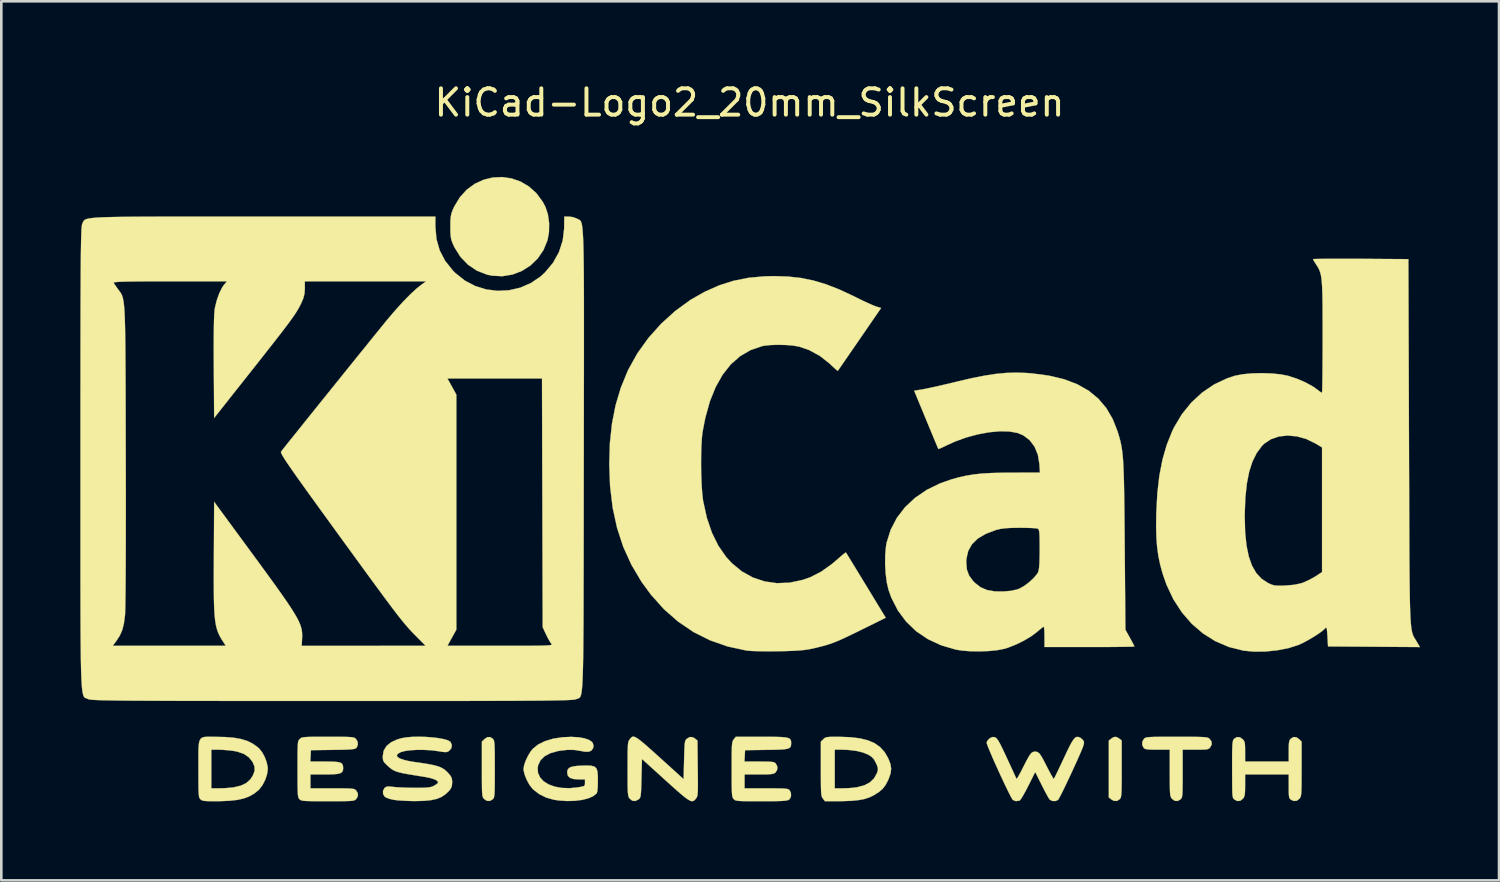
<source format=kicad_pcb>
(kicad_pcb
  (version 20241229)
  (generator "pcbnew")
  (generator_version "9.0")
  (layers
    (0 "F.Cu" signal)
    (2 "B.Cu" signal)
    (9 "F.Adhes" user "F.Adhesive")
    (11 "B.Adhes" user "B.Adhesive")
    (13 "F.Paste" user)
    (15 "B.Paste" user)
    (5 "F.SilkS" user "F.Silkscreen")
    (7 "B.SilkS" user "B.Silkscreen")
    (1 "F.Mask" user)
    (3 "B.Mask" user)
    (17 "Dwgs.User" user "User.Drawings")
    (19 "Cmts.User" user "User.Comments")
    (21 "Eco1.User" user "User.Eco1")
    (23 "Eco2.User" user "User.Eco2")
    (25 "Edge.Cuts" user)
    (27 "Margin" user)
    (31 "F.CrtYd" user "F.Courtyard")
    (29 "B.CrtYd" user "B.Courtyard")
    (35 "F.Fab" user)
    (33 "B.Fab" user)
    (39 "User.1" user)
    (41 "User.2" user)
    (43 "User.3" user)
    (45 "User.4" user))
  (footprint "KiCad-Logo2_20mm_SilkScreen"
    (layer "F.Cu")
    (at 25.405 13.548)
    (property "Reference" "KiCad-Logo2_20mm_SilkScreen" (at 0 -12.7 0) (layer "F.SilkS") (effects (font (size 1 1) (thickness 0.15))))
    (attr exclude_from_pos_files exclude_from_bom allow_missing_courtyard)
    (fp_poly (pts (xy 13.962 11.396) (xy 14.041 11.445) (xy 14.13 11.517) (xy 14.13 12.589) (xy 14.13 12.903) (xy 14.128 13.15) (xy 14.126 13.339) (xy 14.121 13.479) (xy 14.114 13.579) (xy 14.103 13.648) (xy 14.089 13.693) (xy 14.071 13.725) (xy 14.058 13.74) (xy 13.953 13.809) (xy 13.834 13.806) (xy 13.73 13.748) (xy 13.641 13.676) (xy 13.641 11.517) (xy 13.73 11.445) (xy 13.815 11.393) (xy 13.885 11.374) (xy 13.962 11.396)) (stroke (width 0.01) (type solid)) (fill yes) (layer "F.SilkS"))
    (fp_poly (pts (xy -9.746 11.449) (xy -9.724 11.474) (xy -9.707 11.507) (xy -9.694 11.555) (xy -9.684 11.629) (xy -9.678 11.735) (xy -9.674 11.885) (xy -9.672 12.085) (xy -9.671 12.344) (xy -9.671 12.597) (xy -9.671 12.909) (xy -9.672 13.156) (xy -9.675 13.344) (xy -9.679 13.483) (xy -9.686 13.583) (xy -9.696 13.65) (xy -9.71 13.694) (xy -9.728 13.725) (xy -9.746 13.744) (xy -9.856 13.81) (xy -9.973 13.804) (xy -10.078 13.732) (xy -10.102 13.704) (xy -10.121 13.672) (xy -10.135 13.626) (xy -10.146 13.558) (xy -10.153 13.458) (xy -10.157 13.318) (xy -10.159 13.129) (xy -10.16 12.882) (xy -10.16 12.602) (xy -10.16 11.558) (xy -10.068 11.466) (xy -9.954 11.388) (xy -9.843 11.385) (xy -9.746 11.449)) (stroke (width 0.01) (type solid)) (fill yes) (layer "F.SilkS"))
    (fp_poly (pts (xy -9.038 -9.825) (xy -8.696 -9.707) (xy -8.378 -9.52) (xy -8.094 -9.266) (xy -7.854 -8.943) (xy -7.746 -8.74) (xy -7.653 -8.455) (xy -7.608 -8.127) (xy -7.613 -7.79) (xy -7.668 -7.484) (xy -7.82 -7.11) (xy -8.04 -6.786) (xy -8.318 -6.518) (xy -8.641 -6.312) (xy -8.999 -6.175) (xy -9.381 -6.112) (xy -9.775 -6.132) (xy -9.969 -6.173) (xy -10.347 -6.32) (xy -10.683 -6.545) (xy -10.969 -6.84) (xy -11.196 -7.198) (xy -11.216 -7.238) (xy -11.282 -7.385) (xy -11.324 -7.508) (xy -11.346 -7.639) (xy -11.356 -7.807) (xy -11.357 -7.989) (xy -11.355 -8.208) (xy -11.343 -8.366) (xy -11.317 -8.494) (xy -11.271 -8.622) (xy -11.213 -8.748) (xy -10.999 -9.106) (xy -10.735 -9.397) (xy -10.432 -9.619) (xy -10.101 -9.772) (xy -9.751 -9.858) (xy -9.393 -9.876) (xy -9.038 -9.825)) (stroke (width 0.01) (type solid)) (fill yes) (layer "F.SilkS"))
    (fp_poly (pts (xy 16.544 11.374) (xy 16.806 11.375) (xy 17.01 11.378) (xy 17.163 11.382) (xy 17.274 11.389) (xy 17.351 11.398) (xy 17.402 11.411) (xy 17.436 11.427) (xy 17.453 11.439) (xy 17.538 11.548) (xy 17.549 11.66) (xy 17.496 11.763) (xy 17.461 11.804) (xy 17.424 11.832) (xy 17.37 11.849) (xy 17.285 11.858) (xy 17.156 11.862) (xy 16.968 11.863) (xy 16.931 11.863) (xy 16.444 11.863) (xy 16.444 12.766) (xy 16.444 13.051) (xy 16.442 13.27) (xy 16.439 13.433) (xy 16.433 13.549) (xy 16.424 13.629) (xy 16.41 13.682) (xy 16.392 13.717) (xy 16.369 13.744) (xy 16.259 13.81) (xy 16.145 13.805) (xy 16.041 13.73) (xy 16.033 13.72) (xy 16.008 13.685) (xy 15.989 13.644) (xy 15.975 13.586) (xy 15.966 13.503) (xy 15.96 13.383) (xy 15.957 13.217) (xy 15.955 12.995) (xy 15.955 12.742) (xy 15.955 11.863) (xy 15.49 11.863) (xy 15.291 11.861) (xy 15.153 11.856) (xy 15.062 11.845) (xy 15.005 11.827) (xy 14.968 11.799) (xy 14.964 11.794) (xy 14.909 11.683) (xy 14.914 11.558) (xy 14.977 11.449) (xy 15.001 11.428) (xy 15.032 11.411) (xy 15.079 11.398) (xy 15.149 11.388) (xy 15.251 11.382) (xy 15.394 11.377) (xy 15.585 11.375) (xy 15.834 11.374) (xy 16.147 11.374) (xy 16.214 11.374) (xy 16.544 11.374)) (stroke (width 0.01) (type solid)) (fill yes) (layer "F.SilkS"))
    (fp_poly (pts (xy 20.763 11.392) (xy 20.867 11.466) (xy 20.96 11.558) (xy 20.96 12.59) (xy 20.959 12.896) (xy 20.958 13.136) (xy 20.956 13.319) (xy 20.951 13.455) (xy 20.943 13.551) (xy 20.932 13.618) (xy 20.917 13.664) (xy 20.897 13.699) (xy 20.882 13.72) (xy 20.779 13.802) (xy 20.662 13.811) (xy 20.554 13.761) (xy 20.519 13.731) (xy 20.495 13.692) (xy 20.481 13.628) (xy 20.473 13.527) (xy 20.471 13.372) (xy 20.471 13.253) (xy 20.471 12.803) (xy 18.815 12.803) (xy 18.815 13.212) (xy 18.813 13.399) (xy 18.806 13.528) (xy 18.792 13.615) (xy 18.767 13.676) (xy 18.737 13.72) (xy 18.634 13.802) (xy 18.517 13.812) (xy 18.406 13.754) (xy 18.375 13.723) (xy 18.354 13.683) (xy 18.34 13.62) (xy 18.331 13.522) (xy 18.327 13.376) (xy 18.325 13.171) (xy 18.325 13.123) (xy 18.323 12.735) (xy 18.322 12.416) (xy 18.322 12.157) (xy 18.324 11.953) (xy 18.328 11.796) (xy 18.333 11.678) (xy 18.341 11.594) (xy 18.352 11.536) (xy 18.365 11.497) (xy 18.382 11.469) (xy 18.401 11.449) (xy 18.507 11.383) (xy 18.618 11.392) (xy 18.722 11.466) (xy 18.765 11.514) (xy 18.792 11.567) (xy 18.807 11.642) (xy 18.813 11.757) (xy 18.815 11.929) (xy 18.815 11.936) (xy 18.815 12.314) (xy 20.471 12.314) (xy 20.471 11.919) (xy 20.472 11.737) (xy 20.479 11.614) (xy 20.493 11.534) (xy 20.518 11.481) (xy 20.546 11.449) (xy 20.652 11.383) (xy 20.763 11.392)) (stroke (width 0.01) (type solid)) (fill yes) (layer "F.SilkS"))
    (fp_poly (pts (xy 3.394 11.374) (xy 3.824 11.389) (xy 4.19 11.433) (xy 4.497 11.509) (xy 4.753 11.62) (xy 4.962 11.769) (xy 5.131 11.957) (xy 5.266 12.189) (xy 5.268 12.195) (xy 5.349 12.402) (xy 5.377 12.585) (xy 5.354 12.77) (xy 5.279 12.98) (xy 5.265 13.012) (xy 5.167 13.2) (xy 5.058 13.345) (xy 4.917 13.468) (xy 4.724 13.59) (xy 4.713 13.597) (xy 4.545 13.677) (xy 4.355 13.738) (xy 4.132 13.779) (xy 3.862 13.805) (xy 3.534 13.817) (xy 3.418 13.818) (xy 2.865 13.819) (xy 2.787 13.72) (xy 2.764 13.688) (xy 2.746 13.65) (xy 2.733 13.597) (xy 2.723 13.521) (xy 2.716 13.411) (xy 2.714 13.33) (xy 3.236 13.33) (xy 3.549 13.33) (xy 3.732 13.325) (xy 3.92 13.311) (xy 4.074 13.291) (xy 4.084 13.289) (xy 4.358 13.216) (xy 4.57 13.105) (xy 4.728 12.953) (xy 4.838 12.753) (xy 4.857 12.7) (xy 4.876 12.618) (xy 4.868 12.536) (xy 4.828 12.428) (xy 4.804 12.375) (xy 4.727 12.233) (xy 4.633 12.134) (xy 4.53 12.065) (xy 4.323 11.975) (xy 4.059 11.91) (xy 3.751 11.872) (xy 3.528 11.864) (xy 3.236 11.863) (xy 3.236 13.33) (xy 2.714 13.33) (xy 2.712 13.26) (xy 2.71 13.058) (xy 2.709 12.795) (xy 2.709 12.59) (xy 2.709 11.558) (xy 2.802 11.466) (xy 2.843 11.428) (xy 2.887 11.403) (xy 2.949 11.387) (xy 3.043 11.378) (xy 3.182 11.375) (xy 3.382 11.374) (xy 3.394 11.374)) (stroke (width 0.01) (type solid)) (fill yes) (layer "F.SilkS"))
    (fp_poly (pts (xy -20.405 11.374) (xy -20.273 11.375) (xy -19.887 11.384) (xy -19.564 11.412) (xy -19.293 11.461) (xy -19.062 11.534) (xy -18.861 11.634) (xy -18.679 11.765) (xy -18.614 11.822) (xy -18.506 11.955) (xy -18.408 12.135) (xy -18.333 12.334) (xy -18.292 12.526) (xy -18.288 12.597) (xy -18.315 12.793) (xy -18.386 13.007) (xy -18.49 13.209) (xy -18.613 13.371) (xy -18.633 13.391) (xy -18.802 13.528) (xy -18.987 13.635) (xy -19.199 13.715) (xy -19.448 13.77) (xy -19.746 13.803) (xy -20.102 13.818) (xy -20.265 13.819) (xy -20.473 13.818) (xy -20.618 13.814) (xy -20.716 13.805) (xy -20.78 13.789) (xy -20.824 13.765) (xy -20.847 13.744) (xy -20.869 13.719) (xy -20.886 13.686) (xy -20.899 13.638) (xy -20.908 13.564) (xy -20.915 13.458) (xy -20.919 13.308) (xy -20.921 13.108) (xy -20.922 12.849) (xy -20.922 12.597) (xy -20.923 12.26) (xy -20.923 11.991) (xy -20.92 11.863) (xy -20.433 11.863) (xy -20.433 13.33) (xy -20.122 13.33) (xy -19.936 13.325) (xy -19.74 13.311) (xy -19.577 13.292) (xy -19.572 13.291) (xy -19.308 13.227) (xy -19.103 13.128) (xy -18.948 12.986) (xy -18.849 12.833) (xy -18.788 12.663) (xy -18.793 12.504) (xy -18.863 12.333) (xy -19.002 12.156) (xy -19.193 12.025) (xy -19.442 11.938) (xy -19.609 11.907) (xy -19.798 11.885) (xy -19.998 11.869) (xy -20.169 11.863) (xy -20.179 11.863) (xy -20.433 11.863) (xy -20.92 11.863) (xy -20.918 11.783) (xy -20.903 11.627) (xy -20.876 11.516) (xy -20.832 11.443) (xy -20.767 11.399) (xy -20.676 11.378) (xy -20.557 11.372) (xy -20.405 11.374)) (stroke (width 0.01) (type solid)) (fill yes) (layer "F.SilkS"))
    (fp_poly (pts (xy -4.334 11.388) (xy -4.255 11.434) (xy -4.152 11.51) (xy -4.02 11.618) (xy -3.853 11.762) (xy -3.646 11.947) (xy -3.394 12.175) (xy -3.104 12.437) (xy -2.502 12.983) (xy -2.484 12.25) (xy -2.477 11.998) (xy -2.47 11.81) (xy -2.462 11.676) (xy -2.452 11.584) (xy -2.437 11.524) (xy -2.417 11.486) (xy -2.39 11.457) (xy -2.376 11.445) (xy -2.261 11.382) (xy -2.151 11.391) (xy -2.064 11.445) (xy -1.976 11.517) (xy -1.965 12.567) (xy -1.961 12.876) (xy -1.96 13.118) (xy -1.96 13.304) (xy -1.963 13.441) (xy -1.97 13.539) (xy -1.979 13.608) (xy -1.994 13.655) (xy -2.012 13.69) (xy -2.033 13.718) (xy -2.078 13.771) (xy -2.123 13.805) (xy -2.174 13.819) (xy -2.237 13.807) (xy -2.318 13.766) (xy -2.424 13.693) (xy -2.561 13.583) (xy -2.735 13.433) (xy -2.952 13.24) (xy -3.199 13.017) (xy -4.083 12.215) (xy -4.102 12.945) (xy -4.108 13.197) (xy -4.115 13.385) (xy -4.123 13.518) (xy -4.133 13.61) (xy -4.148 13.669) (xy -4.168 13.708) (xy -4.195 13.736) (xy -4.209 13.748) (xy -4.333 13.811) (xy -4.449 13.802) (xy -4.55 13.72) (xy -4.574 13.688) (xy -4.592 13.649) (xy -4.605 13.597) (xy -4.615 13.52) (xy -4.622 13.41) (xy -4.626 13.258) (xy -4.628 13.055) (xy -4.628 12.792) (xy -4.628 12.597) (xy -4.628 12.291) (xy -4.627 12.052) (xy -4.624 11.87) (xy -4.619 11.736) (xy -4.612 11.64) (xy -4.601 11.574) (xy -4.585 11.528) (xy -4.565 11.493) (xy -4.55 11.473) (xy -4.513 11.426) (xy -4.478 11.39) (xy -4.44 11.37) (xy -4.393 11.368) (xy -4.334 11.388)) (stroke (width 0.01) (type solid)) (fill yes) (layer "F.SilkS"))
    (fp_poly (pts (xy -6.5 11.392) (xy -6.272 11.43) (xy -6.096 11.49) (xy -5.982 11.568) (xy -5.951 11.613) (xy -5.92 11.717) (xy -5.941 11.811) (xy -6.008 11.901) (xy -6.112 11.942) (xy -6.264 11.939) (xy -6.381 11.916) (xy -6.641 11.873) (xy -6.907 11.869) (xy -7.205 11.904) (xy -7.287 11.919) (xy -7.564 11.997) (xy -7.781 12.113) (xy -7.935 12.265) (xy -8.024 12.452) (xy -8.042 12.548) (xy -8.03 12.743) (xy -7.952 12.916) (xy -7.816 13.063) (xy -7.628 13.181) (xy -7.396 13.266) (xy -7.126 13.315) (xy -6.826 13.325) (xy -6.503 13.292) (xy -6.485 13.289) (xy -6.356 13.265) (xy -6.285 13.242) (xy -6.254 13.207) (xy -6.247 13.15) (xy -6.247 13.119) (xy -6.247 12.992) (xy -6.475 12.992) (xy -6.676 12.978) (xy -6.814 12.934) (xy -6.894 12.856) (xy -6.923 12.74) (xy -6.923 12.725) (xy -6.906 12.626) (xy -6.848 12.555) (xy -6.74 12.508) (xy -6.572 12.481) (xy -6.41 12.471) (xy -6.175 12.465) (xy -6.004 12.474) (xy -5.887 12.506) (xy -5.815 12.571) (xy -5.776 12.678) (xy -5.76 12.836) (xy -5.757 13.044) (xy -5.762 13.275) (xy -5.776 13.433) (xy -5.8 13.517) (xy -5.804 13.523) (xy -5.934 13.628) (xy -6.124 13.712) (xy -6.363 13.771) (xy -6.638 13.805) (xy -6.937 13.812) (xy -7.249 13.79) (xy -7.432 13.763) (xy -7.719 13.682) (xy -7.986 13.549) (xy -8.21 13.376) (xy -8.244 13.342) (xy -8.354 13.197) (xy -8.454 13.017) (xy -8.531 12.829) (xy -8.574 12.658) (xy -8.58 12.592) (xy -8.557 12.455) (xy -8.499 12.284) (xy -8.414 12.105) (xy -8.316 11.941) (xy -8.229 11.831) (xy -8.026 11.668) (xy -7.763 11.538) (xy -7.451 11.445) (xy -7.097 11.391) (xy -6.773 11.377) (xy -6.5 11.392)) (stroke (width 0.01) (type solid)) (fill yes) (layer "F.SilkS"))
    (fp_poly (pts (xy 0.768 11.374) (xy 1.022 11.377) (xy 1.217 11.384) (xy 1.361 11.397) (xy 1.461 11.418) (xy 1.525 11.447) (xy 1.561 11.487) (xy 1.577 11.54) (xy 1.58 11.607) (xy 1.58 11.614) (xy 1.577 11.69) (xy 1.561 11.748) (xy 1.524 11.792) (xy 1.458 11.823) (xy 1.353 11.844) (xy 1.201 11.857) (xy 0.993 11.865) (xy 0.721 11.87) (xy 0.638 11.871) (xy -0.169 11.882) (xy -0.181 12.098) (xy -0.192 12.314) (xy 0.369 12.314) (xy 0.588 12.315) (xy 0.744 12.319) (xy 0.85 12.326) (xy 0.919 12.339) (xy 0.964 12.359) (xy 0.996 12.388) (xy 0.996 12.388) (xy 1.055 12.5) (xy 1.052 12.621) (xy 0.991 12.725) (xy 0.979 12.735) (xy 0.936 12.763) (xy 0.877 12.782) (xy 0.789 12.794) (xy 0.658 12.801) (xy 0.472 12.803) (xy 0.353 12.803) (xy -0.188 12.803) (xy -0.188 13.33) (xy 0.634 13.33) (xy 0.905 13.331) (xy 1.111 13.333) (xy 1.262 13.337) (xy 1.367 13.344) (xy 1.437 13.355) (xy 1.482 13.371) (xy 1.511 13.392) (xy 1.518 13.399) (xy 1.572 13.504) (xy 1.576 13.624) (xy 1.532 13.728) (xy 1.497 13.761) (xy 1.46 13.779) (xy 1.404 13.793) (xy 1.319 13.804) (xy 1.196 13.811) (xy 1.026 13.816) (xy 0.8 13.819) (xy 0.51 13.819) (xy 0.445 13.819) (xy 0.15 13.819) (xy -0.079 13.818) (xy -0.251 13.816) (xy -0.376 13.811) (xy -0.463 13.802) (xy -0.52 13.791) (xy -0.558 13.774) (xy -0.586 13.753) (xy -0.601 13.737) (xy -0.623 13.71) (xy -0.641 13.676) (xy -0.654 13.626) (xy -0.664 13.552) (xy -0.67 13.445) (xy -0.674 13.295) (xy -0.676 13.094) (xy -0.677 12.833) (xy -0.677 12.613) (xy -0.677 12.305) (xy -0.676 12.064) (xy -0.673 11.879) (xy -0.669 11.743) (xy -0.661 11.645) (xy -0.65 11.577) (xy -0.635 11.53) (xy -0.616 11.495) (xy -0.599 11.473) (xy -0.521 11.374) (xy 0.446 11.374) (xy 0.768 11.374)) (stroke (width 0.01) (type solid)) (fill yes) (layer "F.SilkS"))
    (fp_poly (pts (xy -15.709 11.374) (xy -15.478 11.375) (xy -15.303 11.378) (xy -15.176 11.383) (xy -15.087 11.391) (xy -15.027 11.403) (xy -14.987 11.419) (xy -14.957 11.441) (xy -14.946 11.45) (xy -14.88 11.554) (xy -14.868 11.673) (xy -14.912 11.778) (xy -14.932 11.8) (xy -14.964 11.82) (xy -15.016 11.836) (xy -15.098 11.848) (xy -15.219 11.857) (xy -15.389 11.864) (xy -15.617 11.868) (xy -15.825 11.871) (xy -16.651 11.882) (xy -16.662 12.098) (xy -16.674 12.314) (xy -16.113 12.314) (xy -15.87 12.316) (xy -15.692 12.325) (xy -15.569 12.344) (xy -15.491 12.378) (xy -15.448 12.429) (xy -15.431 12.502) (xy -15.428 12.569) (xy -15.436 12.652) (xy -15.468 12.713) (xy -15.531 12.755) (xy -15.637 12.782) (xy -15.795 12.797) (xy -16.013 12.803) (xy -16.133 12.803) (xy -16.67 12.803) (xy -16.67 13.33) (xy -15.842 13.33) (xy -15.571 13.331) (xy -15.364 13.332) (xy -15.213 13.336) (xy -15.107 13.343) (xy -15.035 13.354) (xy -14.988 13.369) (xy -14.956 13.39) (xy -14.939 13.406) (xy -14.882 13.495) (xy -14.864 13.575) (xy -14.89 13.672) (xy -14.939 13.744) (xy -14.965 13.767) (xy -14.999 13.784) (xy -15.049 13.798) (xy -15.126 13.807) (xy -15.237 13.813) (xy -15.392 13.817) (xy -15.601 13.819) (xy -15.871 13.819) (xy -16.011 13.819) (xy -16.312 13.819) (xy -16.546 13.818) (xy -16.724 13.815) (xy -16.853 13.81) (xy -16.944 13.802) (xy -17.004 13.791) (xy -17.044 13.775) (xy -17.073 13.755) (xy -17.084 13.744) (xy -17.106 13.719) (xy -17.123 13.686) (xy -17.136 13.637) (xy -17.146 13.564) (xy -17.152 13.457) (xy -17.156 13.307) (xy -17.158 13.106) (xy -17.159 12.846) (xy -17.159 12.603) (xy -17.159 12.292) (xy -17.158 12.048) (xy -17.156 11.862) (xy -17.152 11.724) (xy -17.145 11.626) (xy -17.135 11.56) (xy -17.121 11.516) (xy -17.102 11.486) (xy -17.078 11.461) (xy -17.072 11.455) (xy -17.043 11.431) (xy -17.01 11.411) (xy -16.962 11.397) (xy -16.891 11.387) (xy -16.788 11.38) (xy -16.643 11.376) (xy -16.446 11.374) (xy -16.189 11.374) (xy -16.007 11.374) (xy -15.709 11.374)) (stroke (width 0.01) (type solid)) (fill yes) (layer "F.SilkS"))
    (fp_poly (pts (xy 12.482 11.38) (xy 12.548 11.403) (xy 12.55 11.405) (xy 12.639 11.472) (xy 12.688 11.542) (xy 12.697 11.575) (xy 12.697 11.618) (xy 12.683 11.68) (xy 12.654 11.768) (xy 12.606 11.889) (xy 12.535 12.052) (xy 12.441 12.265) (xy 12.318 12.534) (xy 12.251 12.681) (xy 12.129 12.943) (xy 12.014 13.185) (xy 11.912 13.396) (xy 11.825 13.569) (xy 11.76 13.694) (xy 11.719 13.763) (xy 11.711 13.772) (xy 11.607 13.814) (xy 11.49 13.809) (xy 11.397 13.758) (xy 11.393 13.754) (xy 11.356 13.697) (xy 11.293 13.587) (xy 11.213 13.438) (xy 11.123 13.263) (xy 11.091 13.199) (xy 10.847 12.71) (xy 10.581 13.241) (xy 10.486 13.425) (xy 10.398 13.584) (xy 10.324 13.706) (xy 10.271 13.78) (xy 10.253 13.796) (xy 10.114 13.817) (xy 9.999 13.772) (xy 9.966 13.725) (xy 9.907 13.619) (xy 9.829 13.465) (xy 9.736 13.274) (xy 9.632 13.056) (xy 9.523 12.822) (xy 9.413 12.581) (xy 9.306 12.345) (xy 9.209 12.123) (xy 9.125 11.926) (xy 9.059 11.765) (xy 9.016 11.65) (xy 9.001 11.591) (xy 9.001 11.589) (xy 9.038 11.515) (xy 9.111 11.439) (xy 9.116 11.436) (xy 9.206 11.385) (xy 9.29 11.385) (xy 9.321 11.395) (xy 9.359 11.416) (xy 9.4 11.457) (xy 9.448 11.526) (xy 9.508 11.633) (xy 9.585 11.786) (xy 9.683 11.992) (xy 9.772 12.183) (xy 9.875 12.404) (xy 9.967 12.603) (xy 10.043 12.769) (xy 10.099 12.892) (xy 10.131 12.962) (xy 10.135 12.973) (xy 10.156 12.955) (xy 10.203 12.88) (xy 10.27 12.76) (xy 10.352 12.604) (xy 10.384 12.54) (xy 10.494 12.323) (xy 10.579 12.166) (xy 10.645 12.057) (xy 10.701 11.99) (xy 10.752 11.954) (xy 10.805 11.94) (xy 10.84 11.938) (xy 10.902 11.943) (xy 10.956 11.966) (xy 11.01 12.015) (xy 11.071 12.1) (xy 11.146 12.23) (xy 11.242 12.415) (xy 11.296 12.52) (xy 11.382 12.687) (xy 11.457 12.826) (xy 11.515 12.924) (xy 11.548 12.971) (xy 11.553 12.973) (xy 11.574 12.936) (xy 11.622 12.841) (xy 11.692 12.697) (xy 11.779 12.515) (xy 11.878 12.305) (xy 11.927 12.2) (xy 12.054 11.93) (xy 12.156 11.723) (xy 12.239 11.57) (xy 12.308 11.467) (xy 12.368 11.405) (xy 12.424 11.378) (xy 12.482 11.38)) (stroke (width 0.01) (type solid)) (fill yes) (layer "F.SilkS"))
    (fp_poly (pts (xy -12.306 11.378) (xy -12.056 11.395) (xy -11.824 11.423) (xy -11.623 11.459) (xy -11.467 11.502) (xy -11.368 11.553) (xy -11.353 11.568) (xy -11.3 11.683) (xy -11.316 11.801) (xy -11.398 11.902) (xy -11.402 11.905) (xy -11.45 11.937) (xy -11.5 11.953) (xy -11.57 11.955) (xy -11.678 11.943) (xy -11.84 11.917) (xy -11.853 11.915) (xy -12.096 11.885) (xy -12.357 11.871) (xy -12.62 11.87) (xy -12.865 11.884) (xy -13.073 11.912) (xy -13.228 11.952) (xy -13.238 11.956) (xy -13.35 12.019) (xy -13.39 12.082) (xy -13.359 12.145) (xy -13.26 12.204) (xy -13.096 12.259) (xy -12.87 12.308) (xy -12.719 12.331) (xy -12.405 12.376) (xy -12.155 12.417) (xy -11.959 12.458) (xy -11.806 12.502) (xy -11.685 12.553) (xy -11.586 12.614) (xy -11.498 12.689) (xy -11.427 12.763) (xy -11.344 12.866) (xy -11.302 12.954) (xy -11.289 13.063) (xy -11.289 13.103) (xy -11.299 13.236) (xy -11.337 13.334) (xy -11.404 13.422) (xy -11.541 13.555) (xy -11.693 13.657) (xy -11.872 13.731) (xy -12.089 13.779) (xy -12.356 13.806) (xy -12.684 13.814) (xy -12.738 13.814) (xy -12.956 13.809) (xy -13.173 13.799) (xy -13.364 13.785) (xy -13.506 13.767) (xy -13.518 13.765) (xy -13.659 13.732) (xy -13.779 13.689) (xy -13.847 13.651) (xy -13.91 13.549) (xy -13.915 13.43) (xy -13.86 13.324) (xy -13.848 13.312) (xy -13.798 13.276) (xy -13.735 13.261) (xy -13.637 13.264) (xy -13.519 13.277) (xy -13.387 13.289) (xy -13.201 13.299) (xy -12.985 13.307) (xy -12.759 13.311) (xy -12.7 13.311) (xy -12.474 13.31) (xy -12.308 13.305) (xy -12.189 13.296) (xy -12.101 13.28) (xy -12.03 13.256) (xy -11.987 13.236) (xy -11.893 13.181) (xy -11.834 13.131) (xy -11.825 13.116) (xy -11.843 13.058) (xy -11.931 13.001) (xy -12.082 12.948) (xy -12.289 12.903) (xy -12.351 12.893) (xy -12.67 12.842) (xy -12.925 12.8) (xy -13.126 12.764) (xy -13.282 12.729) (xy -13.402 12.694) (xy -13.498 12.654) (xy -13.578 12.608) (xy -13.652 12.551) (xy -13.731 12.481) (xy -13.758 12.457) (xy -13.851 12.366) (xy -13.901 12.293) (xy -13.92 12.211) (xy -13.923 12.107) (xy -13.889 11.902) (xy -13.786 11.729) (xy -13.615 11.587) (xy -13.378 11.476) (xy -13.208 11.427) (xy -13.024 11.395) (xy -12.803 11.376) (xy -12.559 11.371) (xy -12.306 11.378)) (stroke (width 0.01) (type solid)) (fill yes) (layer "F.SilkS"))
    (fp_poly (pts (xy 1.459 -6.099) (xy 1.95 -6.045) (xy 2.425 -5.949) (xy 2.905 -5.805) (xy 3.408 -5.609) (xy 3.953 -5.355) (xy 4.052 -5.306) (xy 4.277 -5.195) (xy 4.49 -5.095) (xy 4.669 -5.016) (xy 4.793 -4.966) (xy 4.812 -4.96) (xy 4.995 -4.905) (xy 4.177 -3.716) (xy 3.977 -3.425) (xy 3.794 -3.16) (xy 3.635 -2.928) (xy 3.505 -2.74) (xy 3.411 -2.604) (xy 3.359 -2.529) (xy 3.35 -2.517) (xy 3.316 -2.541) (xy 3.231 -2.616) (xy 3.112 -2.727) (xy 3.046 -2.79) (xy 2.671 -3.087) (xy 2.251 -3.314) (xy 1.889 -3.437) (xy 1.672 -3.476) (xy 1.399 -3.5) (xy 1.105 -3.508) (xy 0.819 -3.5) (xy 0.574 -3.476) (xy 0.477 -3.457) (xy 0.037 -3.306) (xy -0.359 -3.075) (xy -0.712 -2.764) (xy -1.02 -2.375) (xy -1.284 -1.907) (xy -1.504 -1.362) (xy -1.678 -0.738) (xy -1.782 -0.205) (xy -1.809 0.031) (xy -1.827 0.335) (xy -1.837 0.686) (xy -1.839 1.062) (xy -1.833 1.442) (xy -1.818 1.802) (xy -1.796 2.122) (xy -1.767 2.38) (xy -1.761 2.42) (xy -1.62 3.06) (xy -1.428 3.626) (xy -1.183 4.122) (xy -0.885 4.549) (xy -0.674 4.78) (xy -0.294 5.093) (xy 0.122 5.325) (xy 0.569 5.475) (xy 1.038 5.542) (xy 1.522 5.523) (xy 2.016 5.418) (xy 2.307 5.316) (xy 2.711 5.111) (xy 3.127 4.816) (xy 3.36 4.617) (xy 3.491 4.502) (xy 3.593 4.418) (xy 3.652 4.377) (xy 3.659 4.376) (xy 3.685 4.417) (xy 3.753 4.527) (xy 3.856 4.696) (xy 3.99 4.915) (xy 4.147 5.173) (xy 4.324 5.462) (xy 4.422 5.623) (xy 5.171 6.854) (xy 4.236 7.316) (xy 3.897 7.482) (xy 3.623 7.613) (xy 3.397 7.715) (xy 3.201 7.795) (xy 3.019 7.86) (xy 2.835 7.916) (xy 2.631 7.968) (xy 2.435 8.015) (xy 2.261 8.051) (xy 2.08 8.078) (xy 1.872 8.098) (xy 1.62 8.112) (xy 1.305 8.122) (xy 1.092 8.126) (xy 0.79 8.129) (xy 0.499 8.128) (xy 0.241 8.122) (xy 0.033 8.113) (xy -0.105 8.101) (xy -0.113 8.1) (xy -0.828 7.945) (xy -1.499 7.711) (xy -2.127 7.396) (xy -2.71 7.002) (xy -3.25 6.529) (xy -3.744 5.976) (xy -4.103 5.485) (xy -4.484 4.842) (xy -4.793 4.163) (xy -5.029 3.443) (xy -5.196 2.675) (xy -5.294 1.855) (xy -5.325 1.023) (xy -5.3 0.218) (xy -5.22 -0.525) (xy -5.083 -1.218) (xy -4.887 -1.874) (xy -4.629 -2.506) (xy -4.598 -2.571) (xy -4.258 -3.183) (xy -3.841 -3.764) (xy -3.358 -4.305) (xy -2.821 -4.791) (xy -2.243 -5.212) (xy -1.703 -5.52) (xy -1.158 -5.762) (xy -0.613 -5.937) (xy -0.044 -6.051) (xy 0.567 -6.107) (xy 0.933 -6.115) (xy 1.459 -6.099)) (stroke (width 0.01) (type solid)) (fill yes) (layer "F.SilkS"))
    (fp_poly (pts (xy 22.685 -6.774) (xy 23.072 -6.772) (xy 23.204 -6.772) (xy 25.013 -6.76) (xy 25.036 0.182) (xy 25.039 1.123) (xy 25.042 1.978) (xy 25.044 2.751) (xy 25.047 3.445) (xy 25.049 4.067) (xy 25.052 4.619) (xy 25.056 5.107) (xy 25.06 5.535) (xy 25.065 5.907) (xy 25.071 6.228) (xy 25.078 6.502) (xy 25.087 6.734) (xy 25.097 6.928) (xy 25.109 7.088) (xy 25.123 7.219) (xy 25.139 7.325) (xy 25.157 7.411) (xy 25.178 7.482) (xy 25.201 7.54) (xy 25.227 7.592) (xy 25.255 7.641) (xy 25.287 7.692) (xy 25.322 7.749) (xy 25.329 7.761) (xy 25.45 7.967) (xy 21.963 7.943) (xy 21.941 7.56) (xy 21.928 7.376) (xy 21.915 7.27) (xy 21.898 7.228) (xy 21.871 7.237) (xy 21.849 7.261) (xy 21.754 7.349) (xy 21.598 7.463) (xy 21.403 7.588) (xy 21.192 7.712) (xy 20.987 7.82) (xy 20.83 7.891) (xy 20.46 8.008) (xy 20.037 8.09) (xy 19.59 8.136) (xy 19.152 8.141) (xy 18.753 8.103) (xy 18.746 8.101) (xy 18.2 7.964) (xy 17.689 7.746) (xy 17.218 7.451) (xy 16.791 7.085) (xy 16.415 6.651) (xy 16.092 6.154) (xy 15.83 5.6) (xy 15.687 5.189) (xy 15.592 4.846) (xy 15.522 4.513) (xy 15.475 4.171) (xy 15.447 3.8) (xy 15.437 3.378) (xy 15.442 3.034) (xy 18.801 3.034) (xy 18.816 3.611) (xy 18.867 4.107) (xy 18.953 4.528) (xy 19.076 4.876) (xy 19.238 5.157) (xy 19.44 5.375) (xy 19.674 5.529) (xy 19.796 5.587) (xy 19.901 5.621) (xy 20.019 5.637) (xy 20.177 5.638) (xy 20.347 5.632) (xy 20.682 5.603) (xy 20.947 5.545) (xy 21.03 5.516) (xy 21.22 5.43) (xy 21.421 5.323) (xy 21.508 5.269) (xy 21.736 5.12) (xy 21.736 0.388) (xy 21.485 0.238) (xy 21.136 0.068) (xy 20.779 -0.032) (xy 20.428 -0.064) (xy 20.095 -0.027) (xy 19.794 0.077) (xy 19.538 0.248) (xy 19.455 0.33) (xy 19.255 0.599) (xy 19.094 0.924) (xy 18.969 1.312) (xy 18.88 1.767) (xy 18.824 2.296) (xy 18.801 2.903) (xy 18.801 3.034) (xy 15.442 3.034) (xy 15.443 2.891) (xy 15.482 2.142) (xy 15.559 1.466) (xy 15.677 0.854) (xy 15.838 0.295) (xy 16.043 -0.219) (xy 16.117 -0.372) (xy 16.413 -0.87) (xy 16.77 -1.312) (xy 17.18 -1.691) (xy 17.636 -2.001) (xy 18.128 -2.234) (xy 18.422 -2.331) (xy 18.712 -2.388) (xy 19.06 -2.422) (xy 19.438 -2.432) (xy 19.817 -2.42) (xy 20.166 -2.385) (xy 20.447 -2.33) (xy 20.781 -2.221) (xy 21.105 -2.081) (xy 21.389 -1.925) (xy 21.54 -1.818) (xy 21.644 -1.739) (xy 21.716 -1.691) (xy 21.733 -1.684) (xy 21.738 -1.728) (xy 21.743 -1.854) (xy 21.747 -2.054) (xy 21.751 -2.318) (xy 21.754 -2.637) (xy 21.756 -3.002) (xy 21.758 -3.406) (xy 21.758 -3.816) (xy 21.758 -4.343) (xy 21.757 -4.786) (xy 21.754 -5.156) (xy 21.748 -5.46) (xy 21.739 -5.706) (xy 21.726 -5.905) (xy 21.708 -6.063) (xy 21.684 -6.189) (xy 21.654 -6.292) (xy 21.617 -6.381) (xy 21.572 -6.463) (xy 21.518 -6.548) (xy 21.511 -6.558) (xy 21.442 -6.668) (xy 21.4 -6.743) (xy 21.394 -6.759) (xy 21.438 -6.764) (xy 21.563 -6.768) (xy 21.76 -6.771) (xy 22.019 -6.773) (xy 22.331 -6.774) (xy 22.685 -6.774)) (stroke (width 0.01) (type solid)) (fill yes) (layer "F.SilkS"))
    (fp_poly (pts (xy 10.502 -2.439) (xy 10.727 -2.422) (xy 11.372 -2.336) (xy 11.944 -2.2) (xy 12.444 -2.01) (xy 12.876 -1.765) (xy 13.243 -1.463) (xy 13.547 -1.103) (xy 13.791 -0.683) (xy 13.97 -0.228) (xy 14.015 -0.082) (xy 14.054 0.054) (xy 14.088 0.188) (xy 14.117 0.327) (xy 14.142 0.479) (xy 14.163 0.651) (xy 14.18 0.851) (xy 14.194 1.085) (xy 14.205 1.362) (xy 14.215 1.687) (xy 14.222 2.069) (xy 14.229 2.516) (xy 14.235 3.033) (xy 14.24 3.629) (xy 14.244 4.097) (xy 14.27 7.306) (xy 14.441 7.615) (xy 14.522 7.764) (xy 14.582 7.879) (xy 14.611 7.941) (xy 14.612 7.945) (xy 14.568 7.95) (xy 14.443 7.954) (xy 14.247 7.958) (xy 13.99 7.961) (xy 13.681 7.964) (xy 13.331 7.965) (xy 12.95 7.966) (xy 12.905 7.966) (xy 11.198 7.966) (xy 11.198 7.579) (xy 11.195 7.404) (xy 11.187 7.27) (xy 11.176 7.199) (xy 11.171 7.192) (xy 11.126 7.22) (xy 11.033 7.293) (xy 10.912 7.395) (xy 10.909 7.398) (xy 10.689 7.562) (xy 10.41 7.727) (xy 10.105 7.876) (xy 9.805 7.994) (xy 9.673 8.034) (xy 9.41 8.085) (xy 9.087 8.118) (xy 8.735 8.131) (xy 8.381 8.126) (xy 8.057 8.1) (xy 7.829 8.063) (xy 7.272 7.899) (xy 6.771 7.666) (xy 6.328 7.367) (xy 5.948 7.003) (xy 5.633 6.579) (xy 5.386 6.096) (xy 5.28 5.804) (xy 5.213 5.519) (xy 5.169 5.178) (xy 5.148 4.811) (xy 5.149 4.757) (xy 8.228 4.757) (xy 8.253 5.03) (xy 8.338 5.257) (xy 8.495 5.467) (xy 8.556 5.529) (xy 8.77 5.695) (xy 9.018 5.802) (xy 9.315 5.854) (xy 9.628 5.858) (xy 9.925 5.833) (xy 10.152 5.783) (xy 10.251 5.746) (xy 10.428 5.646) (xy 10.617 5.504) (xy 10.789 5.345) (xy 10.917 5.193) (xy 10.951 5.137) (xy 10.977 5.059) (xy 10.996 4.934) (xy 11.008 4.751) (xy 11.014 4.498) (xy 11.016 4.257) (xy 11.015 3.976) (xy 11.011 3.773) (xy 11.004 3.634) (xy 10.991 3.547) (xy 10.972 3.498) (xy 10.945 3.473) (xy 10.936 3.469) (xy 10.863 3.457) (xy 10.718 3.448) (xy 10.521 3.441) (xy 10.292 3.438) (xy 10.242 3.438) (xy 9.936 3.443) (xy 9.699 3.457) (xy 9.511 3.484) (xy 9.356 3.522) (xy 8.97 3.668) (xy 8.668 3.847) (xy 8.447 4.062) (xy 8.303 4.317) (xy 8.235 4.613) (xy 8.228 4.757) (xy 5.149 4.757) (xy 5.153 4.45) (xy 5.184 4.126) (xy 5.208 3.995) (xy 5.361 3.51) (xy 5.594 3.063) (xy 5.903 2.66) (xy 6.283 2.304) (xy 6.729 1.999) (xy 7.238 1.751) (xy 7.67 1.6) (xy 7.959 1.52) (xy 8.235 1.459) (xy 8.517 1.413) (xy 8.822 1.38) (xy 9.168 1.36) (xy 9.573 1.349) (xy 9.94 1.346) (xy 11.026 1.343) (xy 11.005 1.016) (xy 10.946 0.662) (xy 10.82 0.358) (xy 10.633 0.11) (xy 10.391 -0.072) (xy 10.177 -0.161) (xy 9.87 -0.217) (xy 9.506 -0.225) (xy 9.1 -0.188) (xy 8.67 -0.109) (xy 8.232 0.009) (xy 7.805 0.164) (xy 7.495 0.305) (xy 7.345 0.377) (xy 7.231 0.428) (xy 7.173 0.447) (xy 7.17 0.447) (xy 7.15 0.403) (xy 7.1 0.285) (xy 7.025 0.106) (xy 6.93 -0.123) (xy 6.818 -0.392) (xy 6.705 -0.666) (xy 6.251 -1.764) (xy 6.574 -1.817) (xy 6.714 -1.844) (xy 6.924 -1.889) (xy 7.186 -1.947) (xy 7.483 -2.016) (xy 7.796 -2.09) (xy 7.92 -2.121) (xy 8.46 -2.246) (xy 8.932 -2.339) (xy 9.355 -2.404) (xy 9.745 -2.441) (xy 10.122 -2.452) (xy 10.502 -2.439)) (stroke (width 0.01) (type solid)) (fill yes) (layer "F.SilkS"))
    (fp_poly (pts (xy -19.746 -8.376) (xy -18.869 -8.376) (xy -18.461 -8.376) (xy -11.926 -8.376) (xy -11.926 -7.99) (xy -11.885 -7.522) (xy -11.761 -7.089) (xy -11.553 -6.691) (xy -11.259 -6.324) (xy -11.16 -6.225) (xy -10.803 -5.943) (xy -10.409 -5.738) (xy -9.991 -5.609) (xy -9.559 -5.556) (xy -9.126 -5.579) (xy -8.702 -5.677) (xy -8.301 -5.851) (xy -7.933 -6.101) (xy -7.768 -6.252) (xy -7.46 -6.621) (xy -7.234 -7.027) (xy -7.092 -7.466) (xy -7.036 -7.931) (xy -7.036 -7.977) (xy -7.033 -8.376) (xy -6.858 -8.376) (xy -6.702 -8.355) (xy -6.561 -8.303) (xy -6.551 -8.298) (xy -6.519 -8.281) (xy -6.49 -8.268) (xy -6.463 -8.255) (xy -6.438 -8.238) (xy -6.416 -8.214) (xy -6.396 -8.178) (xy -6.378 -8.127) (xy -6.362 -8.057) (xy -6.348 -7.964) (xy -6.336 -7.845) (xy -6.325 -7.695) (xy -6.316 -7.512) (xy -6.308 -7.29) (xy -6.302 -7.027) (xy -6.297 -6.719) (xy -6.293 -6.361) (xy -6.29 -5.951) (xy -6.288 -5.484) (xy -6.287 -4.957) (xy -6.287 -4.365) (xy -6.287 -3.705) (xy -6.287 -2.974) (xy -6.288 -2.167) (xy -6.29 -1.281) (xy -6.291 -0.312) (xy -6.292 0.744) (xy -6.293 0.873) (xy -6.294 1.935) (xy -6.295 2.911) (xy -6.296 3.803) (xy -6.297 4.615) (xy -6.299 5.352) (xy -6.3 6.016) (xy -6.302 6.611) (xy -6.304 7.142) (xy -6.308 7.613) (xy -6.311 8.026) (xy -6.316 8.385) (xy -6.322 8.695) (xy -6.329 8.96) (xy -6.337 9.182) (xy -6.347 9.366) (xy -6.358 9.515) (xy -6.37 9.634) (xy -6.384 9.726) (xy -6.401 9.795) (xy -6.419 9.844) (xy -6.439 9.877) (xy -6.462 9.899) (xy -6.486 9.913) (xy -6.514 9.922) (xy -6.544 9.931) (xy -6.576 9.942) (xy -6.584 9.946) (xy -6.609 9.954) (xy -6.651 9.962) (xy -6.713 9.968) (xy -6.8 9.975) (xy -6.914 9.98) (xy -7.06 9.985) (xy -7.241 9.99) (xy -7.46 9.994) (xy -7.722 9.998) (xy -8.03 10.001) (xy -8.388 10.003) (xy -8.8 10.006) (xy -9.268 10.008) (xy -9.797 10.009) (xy -10.39 10.011) (xy -11.051 10.012) (xy -11.784 10.012) (xy -12.593 10.013) (xy -13.48 10.013) (xy -14.45 10.013) (xy -15.506 10.013) (xy -15.848 10.013) (xy -16.927 10.013) (xy -17.919 10.013) (xy -18.828 10.012) (xy -19.656 10.012) (xy -20.409 10.011) (xy -21.089 10.01) (xy -21.699 10.009) (xy -22.245 10.007) (xy -22.73 10.005) (xy -23.156 10.003) (xy -23.529 10.001) (xy -23.851 9.998) (xy -24.126 9.994) (xy -24.359 9.99) (xy -24.552 9.986) (xy -24.709 9.981) (xy -24.835 9.976) (xy -24.933 9.97) (xy -25.006 9.963) (xy -25.058 9.956) (xy -25.093 9.948) (xy -25.112 9.941) (xy -25.146 9.927) (xy -25.178 9.916) (xy -25.206 9.905) (xy -25.232 9.891) (xy -25.256 9.869) (xy -25.277 9.836) (xy -25.296 9.788) (xy -25.313 9.721) (xy -25.329 9.631) (xy -25.342 9.515) (xy -25.353 9.369) (xy -25.363 9.189) (xy -25.372 8.972) (xy -25.379 8.713) (xy -25.385 8.409) (xy -25.389 8.056) (xy -25.39 7.92) (xy -24.176 7.92) (xy -19.882 7.92) (xy -19.964 7.795) (xy -20.046 7.667) (xy -20.116 7.544) (xy -20.174 7.419) (xy -20.221 7.283) (xy -20.259 7.128) (xy -20.288 6.944) (xy -20.31 6.724) (xy -20.325 6.458) (xy -20.334 6.138) (xy -20.338 5.757) (xy -20.339 5.304) (xy -20.337 4.771) (xy -20.336 4.573) (xy -20.325 2.454) (xy -18.982 4.282) (xy -18.601 4.8) (xy -18.272 5.252) (xy -17.989 5.642) (xy -17.751 5.978) (xy -17.552 6.264) (xy -17.39 6.508) (xy -17.262 6.714) (xy -17.162 6.889) (xy -17.089 7.039) (xy -17.038 7.17) (xy -17.006 7.287) (xy -16.989 7.398) (xy -16.983 7.507) (xy -16.986 7.621) (xy -16.987 7.635) (xy -17.002 7.921) (xy -14.649 7.921) (xy -12.296 7.92) (xy -12.646 7.567) (xy -12.741 7.471) (xy -12.831 7.377) (xy -12.92 7.281) (xy -13.012 7.176) (xy -13.112 7.059) (xy -13.222 6.924) (xy -13.347 6.765) (xy -13.491 6.578) (xy -13.657 6.357) (xy -13.851 6.098) (xy -14.075 5.794) (xy -14.334 5.441) (xy -14.631 5.034) (xy -14.971 4.567) (xy -15.358 4.036) (xy -15.675 3.6) (xy -16.072 3.052) (xy -16.419 2.573) (xy -16.718 2.159) (xy -16.973 1.804) (xy -17.187 1.504) (xy -17.362 1.255) (xy -17.502 1.052) (xy -17.611 0.891) (xy -17.69 0.766) (xy -17.744 0.674) (xy -17.776 0.61) (xy -17.788 0.569) (xy -17.784 0.548) (xy -17.74 0.491) (xy -17.644 0.37) (xy -17.503 0.193) (xy -17.322 -0.033) (xy -17.106 -0.302) (xy -16.863 -0.606) (xy -16.597 -0.937) (xy -16.314 -1.289) (xy -16.02 -1.654) (xy -15.72 -2.026) (xy -15.556 -2.23) (xy -11.469 -2.23) (xy -11.13 -1.616) (xy -11.13 7.306) (xy -11.469 7.92) (xy -9.46 7.92) (xy -8.981 7.92) (xy -8.584 7.92) (xy -8.264 7.918) (xy -8.012 7.916) (xy -7.821 7.912) (xy -7.683 7.906) (xy -7.59 7.898) (xy -7.536 7.888) (xy -7.512 7.875) (xy -7.51 7.859) (xy -7.524 7.84) (xy -7.524 7.84) (xy -7.582 7.757) (xy -7.658 7.622) (xy -7.725 7.487) (xy -7.852 7.215) (xy -7.865 2.492) (xy -7.878 -2.23) (xy -11.469 -2.23) (xy -15.556 -2.23) (xy -15.422 -2.397) (xy -15.129 -2.76) (xy -14.849 -3.107) (xy -14.586 -3.432) (xy -14.348 -3.728) (xy -14.138 -3.987) (xy -13.964 -4.202) (xy -13.831 -4.365) (xy -13.752 -4.461) (xy -13.448 -4.818) (xy -13.156 -5.14) (xy -12.885 -5.417) (xy -12.646 -5.638) (xy -12.477 -5.773) (xy -12.277 -5.918) (xy -16.883 -5.918) (xy -16.882 -5.647) (xy -16.895 -5.449) (xy -16.943 -5.264) (xy -17.018 -5.09) (xy -17.067 -4.991) (xy -17.119 -4.893) (xy -17.18 -4.79) (xy -17.254 -4.674) (xy -17.346 -4.54) (xy -17.461 -4.381) (xy -17.603 -4.191) (xy -17.778 -3.962) (xy -17.99 -3.689) (xy -18.244 -3.365) (xy -18.544 -2.983) (xy -18.896 -2.537) (xy -18.936 -2.487) (xy -20.325 -0.731) (xy -20.338 -2.676) (xy -20.341 -3.258) (xy -20.34 -3.751) (xy -20.336 -4.157) (xy -20.329 -4.476) (xy -20.318 -4.711) (xy -20.304 -4.862) (xy -20.3 -4.891) (xy -20.226 -5.195) (xy -20.129 -5.468) (xy -20.019 -5.688) (xy -19.953 -5.782) (xy -19.839 -5.918) (xy -22.007 -5.918) (xy -22.525 -5.917) (xy -22.957 -5.916) (xy -23.312 -5.913) (xy -23.594 -5.909) (xy -23.81 -5.904) (xy -23.967 -5.897) (xy -24.07 -5.888) (xy -24.127 -5.877) (xy -24.143 -5.864) (xy -24.142 -5.861) (xy -24.096 -5.791) (xy -24.019 -5.681) (xy -23.98 -5.626) (xy -23.938 -5.57) (xy -23.902 -5.52) (xy -23.869 -5.472) (xy -23.839 -5.419) (xy -23.813 -5.358) (xy -23.791 -5.283) (xy -23.771 -5.189) (xy -23.754 -5.072) (xy -23.74 -4.927) (xy -23.728 -4.748) (xy -23.718 -4.532) (xy -23.71 -4.272) (xy -23.703 -3.964) (xy -23.698 -3.604) (xy -23.694 -3.186) (xy -23.691 -2.706) (xy -23.688 -2.158) (xy -23.686 -1.537) (xy -23.684 -0.84) (xy -23.683 -0.061) (xy -23.681 0.656) (xy -23.679 1.454) (xy -23.678 2.216) (xy -23.678 2.936) (xy -23.679 3.61) (xy -23.68 4.232) (xy -23.682 4.799) (xy -23.685 5.304) (xy -23.689 5.744) (xy -23.693 6.113) (xy -23.697 6.406) (xy -23.703 6.619) (xy -23.708 6.746) (xy -23.71 6.76) (xy -23.75 7.069) (xy -23.813 7.318) (xy -23.908 7.535) (xy -24.047 7.749) (xy -24.065 7.772) (xy -24.176 7.92) (xy -25.39 7.92) (xy -25.393 7.65) (xy -25.396 7.188) (xy -25.398 6.666) (xy -25.399 6.079) (xy -25.4 5.425) (xy -25.4 4.7) (xy -25.4 3.899) (xy -25.4 3.019) (xy -25.4 2.056) (xy -25.4 1.007) (xy -25.4 0.799) (xy -25.4 -0.261) (xy -25.4 -1.234) (xy -25.399 -2.124) (xy -25.399 -2.933) (xy -25.398 -3.667) (xy -25.397 -4.328) (xy -25.396 -4.921) (xy -25.394 -5.448) (xy -25.392 -5.915) (xy -25.39 -6.324) (xy -25.387 -6.679) (xy -25.384 -6.985) (xy -25.38 -7.244) (xy -25.376 -7.461) (xy -25.371 -7.639) (xy -25.366 -7.782) (xy -25.361 -7.894) (xy -25.354 -7.978) (xy -25.347 -8.039) (xy -25.34 -8.079) (xy -25.331 -8.103) (xy -25.331 -8.104) (xy -25.314 -8.141) (xy -25.3 -8.174) (xy -25.284 -8.204) (xy -25.262 -8.231) (xy -25.23 -8.255) (xy -25.183 -8.277) (xy -25.118 -8.295) (xy -25.029 -8.311) (xy -24.912 -8.325) (xy -24.763 -8.337) (xy -24.577 -8.347) (xy -24.35 -8.355) (xy -24.079 -8.361) (xy -23.757 -8.366) (xy -23.381 -8.37) (xy -22.947 -8.372) (xy -22.45 -8.374) (xy -21.886 -8.375) (xy -21.25 -8.376) (xy -20.538 -8.376) (xy -19.746 -8.376)) (stroke (width 0.01) (type solid)) (fill yes) (layer "F.SilkS")))
  (gr_rect
    (start -3 -3)
    (end 53.86 30.373)
    (stroke (width 0.1) (type default))
    (fill no)
    (layer "Edge.Cuts")))
</source>
